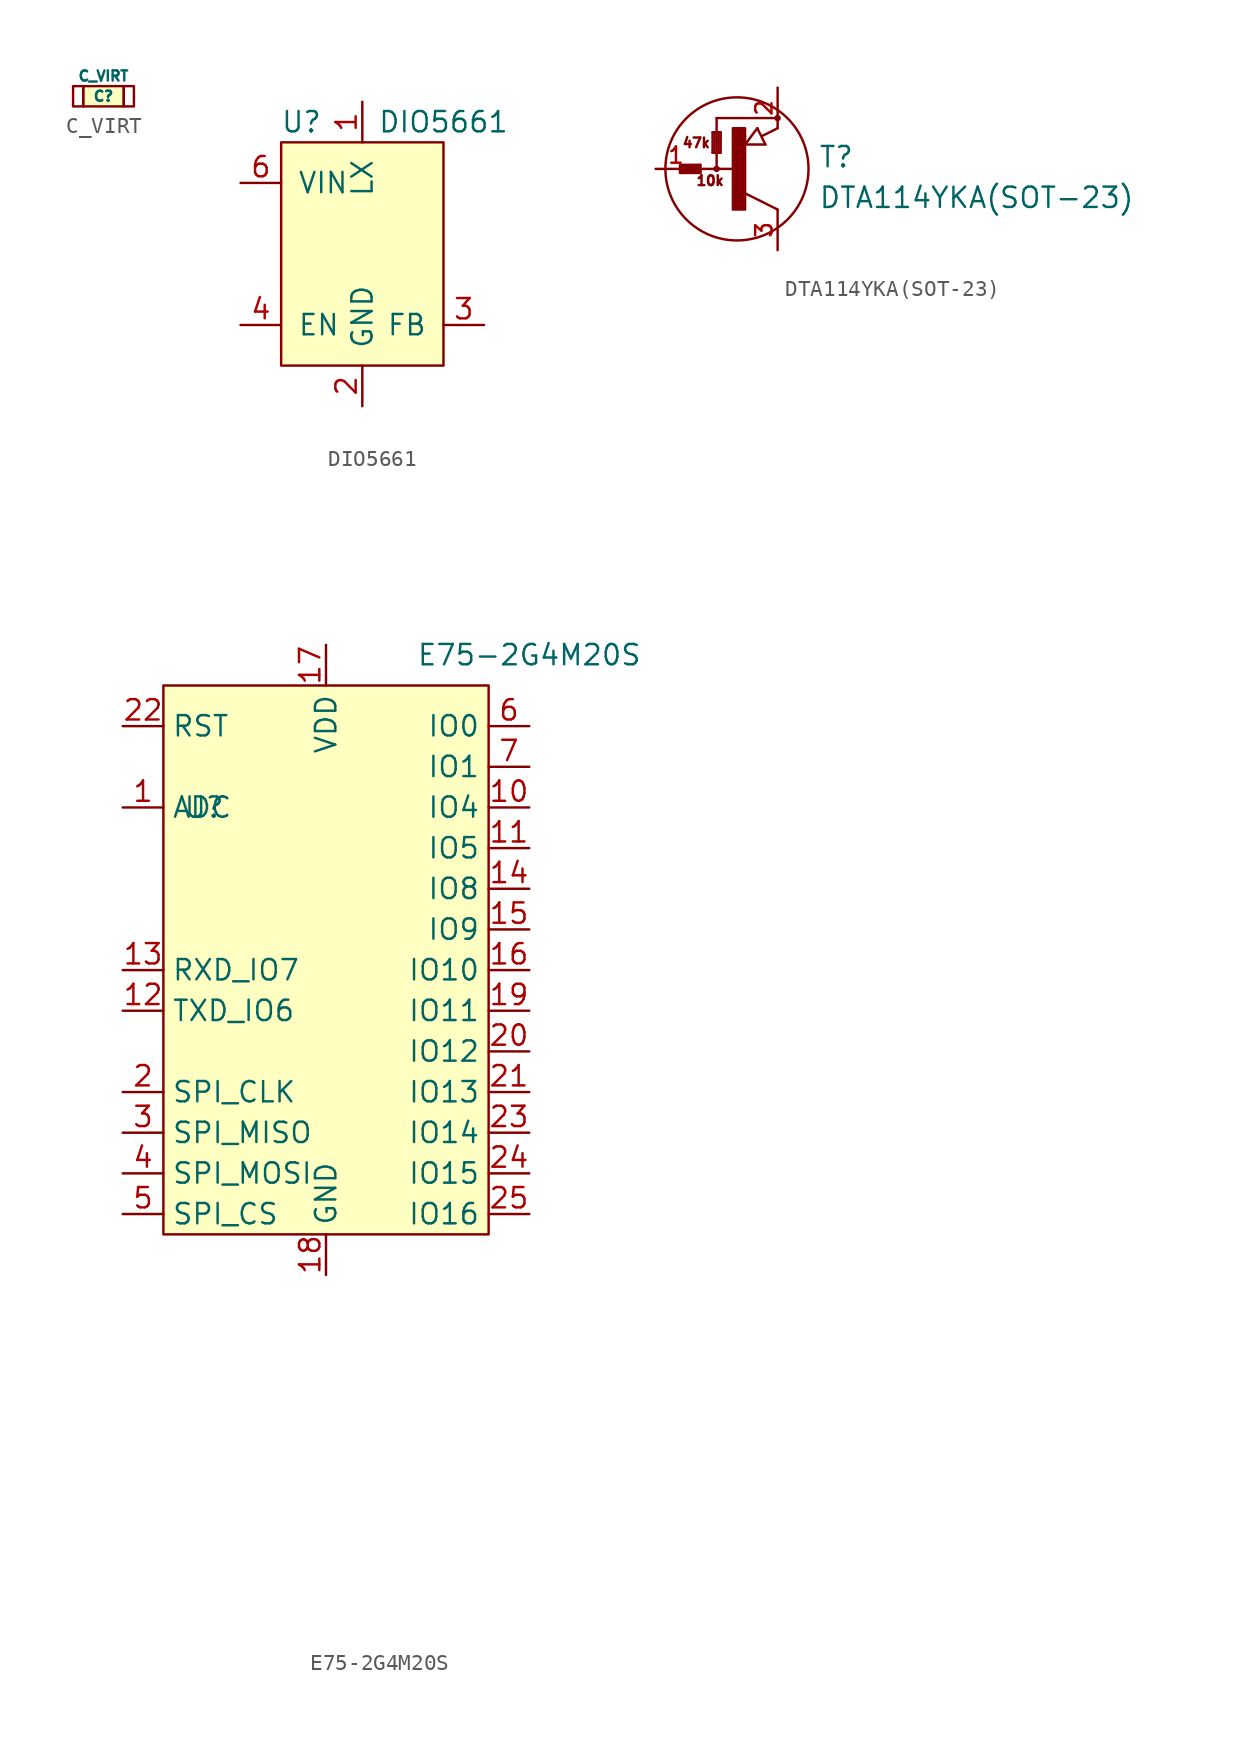
<source format=kicad_sym>
(kicad_symbol_lib
  (version 20211014)
  (generator kicad_symbol_editor)
  (symbol "C_VIRT"
    (pin_names
      (offset 1.016))
    (property "Reference" "C"
      (at 0 0 0)
      (effects (font (size 0.635 0.635))))
    (property "Value" "C_VIRT"
      (at 0 1.27 0)
      (effects (font (size 0.635 0.635))))
    (symbol "C_VIRT_0_1"
      (rectangle (start -1.27 0.635) (end -1.905 -0.635) (stroke (width 0) (type default) (color 0 0 0 0)) (fill (type none)))
      (rectangle (start -1.27 0.635) (end 1.27 -0.635) (stroke (width 0) (type default) (color 0 0 0 0)) (fill (type background)))
      (rectangle (start 1.27 0.635) (end 1.905 -0.635) (stroke (width 0) (type default) (color 0 0 0 0)) (fill (type none)))))
  (symbol "DIO5661"
    (pin_names
      (offset 1.016))
    (property "Reference" "U"
      (at -3.81 7.62 0)
      (effects (font (size 1.27 1.27))))
    (property "Value" "DIO5661"
      (at 5.08 7.62 0)
      (effects (font (size 1.27 1.27))))
    (symbol "DIO5661_0_1"
      (rectangle (start -5.08 6.35) (end 5.08 -7.62) (stroke (width 0) (type default) (color 0 0 0 0)) (fill (type background))))
    (symbol "DIO5661_1_1"
      (pin input line (at 0 8.89 270) (length 2.54) (name "LX" (effects (font (size 1.27 1.27)))) (number "1" (effects (font (size 1.27 1.27)))))
      (pin input line (at 0 -10.16 90) (length 2.54) (name "GND" (effects (font (size 1.27 1.27)))) (number "2" (effects (font (size 1.27 1.27)))))
      (pin input line (at 7.62 -5.08 180) (length 2.54) (name "FB" (effects (font (size 1.27 1.27)))) (number "3" (effects (font (size 1.27 1.27)))))
      (pin input line (at -7.62 -5.08 0) (length 2.54) (name "EN" (effects (font (size 1.27 1.27)))) (number "4" (effects (font (size 1.27 1.27)))))
      (pin input line (at -3.81 -7.62 270) (length 2.54) hide (name "NC" (effects (font (size 1.27 1.27)))) (number "5" (effects (font (size 1.27 1.27)))))
      (pin input line (at -7.62 3.81 0) (length 2.54) (name "VIN" (effects (font (size 1.27 1.27)))) (number "6" (effects (font (size 1.27 1.27)))))))
  (symbol "DTA114YKA(SOT-23)"
    (pin_names
      (offset 0) hide)
    (property "Reference" "T"
      (at 5.08 0 0)
      (effects (font (size 1.27 1.27)) (justify left bottom)))
    (property "Value" "DTA114YKA(SOT-23)"
      (at 5.08 -2.54 0)
      (effects (font (size 1.27 1.27)) (justify left bottom)))
    (property "Datasheet" ""
      (at 0 0 0)
      (effects (font (size 1.524 1.524))))
    (symbol "DTA114YKA(SOT-23)_1_0"
      (polyline (pts (xy -3.556 -0.254) (xy -3.556 -0.127)) (stroke (width 0) (type default) (color 0 0 0 0)) (fill (type none)))
      (polyline (pts (xy -3.556 -0.254) (xy -2.286 -0.254)) (stroke (width 0) (type default) (color 0 0 0 0)) (fill (type none)))
      (polyline (pts (xy -3.556 -0.127) (xy -3.556 0)) (stroke (width 0) (type default) (color 0 0 0 0)) (fill (type none)))
      (polyline (pts (xy -3.556 -0.127) (xy -2.286 -0.127)) (stroke (width 0) (type default) (color 0 0 0 0)) (fill (type none)))
      (polyline (pts (xy -3.556 0) (xy -3.556 0.127)) (stroke (width 0) (type default) (color 0 0 0 0)) (fill (type none)))
      (polyline (pts (xy -3.556 0.127) (xy -3.556 0.254)) (stroke (width 0) (type default) (color 0 0 0 0)) (fill (type none)))
      (polyline (pts (xy -3.556 0.127) (xy -2.286 0.127)) (stroke (width 0) (type default) (color 0 0 0 0)) (fill (type none)))
      (polyline (pts (xy -3.556 0.254) (xy -2.286 0.254)) (stroke (width 0) (type default) (color 0 0 0 0)) (fill (type none)))
      (polyline (pts (xy -2.286 -0.254) (xy -2.286 -0.127)) (stroke (width 0) (type default) (color 0 0 0 0)) (fill (type none)))
      (polyline (pts (xy -2.286 -0.127) (xy -2.286 0)) (stroke (width 0) (type default) (color 0 0 0 0)) (fill (type none)))
      (polyline (pts (xy -2.286 0) (xy -3.556 0)) (stroke (width 0) (type default) (color 0 0 0 0)) (fill (type none)))
      (polyline (pts (xy -2.286 0) (xy -2.286 0.254)) (stroke (width 0) (type default) (color 0 0 0 0)) (fill (type none)))
      (polyline (pts (xy -1.524 1.016) (xy -1.397 1.016)) (stroke (width 0) (type default) (color 0 0 0 0)) (fill (type none)))
      (polyline (pts (xy -1.524 2.286) (xy -1.524 1.016)) (stroke (width 0) (type default) (color 0 0 0 0)) (fill (type none)))
      (polyline (pts (xy -1.524 2.286) (xy -1.397 2.286)) (stroke (width 0) (type default) (color 0 0 0 0)) (fill (type none)))
      (polyline (pts (xy -1.397 1.016) (xy -1.143 1.016)) (stroke (width 0) (type default) (color 0 0 0 0)) (fill (type none)))
      (polyline (pts (xy -1.397 2.286) (xy -1.397 1.016)) (stroke (width 0) (type default) (color 0 0 0 0)) (fill (type none)))
      (polyline (pts (xy -1.397 2.286) (xy -1.143 2.286)) (stroke (width 0) (type default) (color 0 0 0 0)) (fill (type none)))
      (polyline (pts (xy -1.27 0) (xy -2.286 0)) (stroke (width 0) (type default) (color 0 0 0 0)) (fill (type none)))
      (polyline (pts (xy -1.27 0) (xy -1.27 3.175)) (stroke (width 0) (type default) (color 0 0 0 0)) (fill (type none)))
      (polyline (pts (xy -1.27 3.175) (xy 2.54 3.175)) (stroke (width 0) (type default) (color 0 0 0 0)) (fill (type none)))
      (polyline (pts (xy -1.143 1.016) (xy -1.016 1.016)) (stroke (width 0) (type default) (color 0 0 0 0)) (fill (type none)))
      (polyline (pts (xy -1.143 2.286) (xy -1.143 1.016)) (stroke (width 0) (type default) (color 0 0 0 0)) (fill (type none)))
      (polyline (pts (xy -1.143 2.286) (xy -1.016 2.286)) (stroke (width 0) (type default) (color 0 0 0 0)) (fill (type none)))
      (polyline (pts (xy -1.016 2.286) (xy -1.016 1.016)) (stroke (width 0) (type default) (color 0 0 0 0)) (fill (type none)))
      (polyline (pts (xy 0 0) (xy -1.27 0)) (stroke (width 0) (type default) (color 0 0 0 0)) (fill (type none)))
      (polyline (pts (xy 0.508 1.524) (xy 1.778 1.524)) (stroke (width 0) (type default) (color 0 0 0 0)) (fill (type none)))
      (polyline (pts (xy 1.27 2.54) (xy 0.508 1.524)) (stroke (width 0) (type default) (color 0 0 0 0)) (fill (type none)))
      (polyline (pts (xy 1.778 1.524) (xy 1.27 2.54)) (stroke (width 0) (type default) (color 0 0 0 0)) (fill (type none)))
      (polyline (pts (xy 2.54 -2.54) (xy 0.508 -1.524)) (stroke (width 0) (type default) (color 0 0 0 0)) (fill (type none)))
      (polyline (pts (xy 2.54 2.54) (xy 1.575 2.057)) (stroke (width 0) (type default) (color 0 0 0 0)) (fill (type none)))
      (text "10k" (at -1.676 -0.737 0) (effects (font (size 0.61 0.61))))
      (text "47k" (at -2.54 1.626 0) (effects (font (size 0.61 0.61)))))
    (symbol "DTA114YKA(SOT-23)_1_1"
      (circle (center -1.27 0) (radius 0.127) (stroke (width 0) (type default) (color 0 0 0 0)) (fill (type outline)))
      (rectangle (start -0.254 -2.54) (end 0.508 2.54) (stroke (width 0) (type default) (color 0 0 0 0)) (fill (type outline)))
      (circle (center 0 0) (radius 4.47) (stroke (width 0) (type default) (color 0 0 0 0)) (fill (type none)))
      (circle (center 2.54 3.175) (radius 0.127) (stroke (width 0) (type default) (color 0 0 0 0)) (fill (type outline)))
      (pin passive line (at -5.08 0 0) (length 2.54) (name "B" (effects (font (size 1.016 1.016)))) (number "1" (effects (font (size 1.016 1.016)))))
      (pin passive line (at 2.54 5.08 270) (length 2.54) (name "E" (effects (font (size 1.016 1.016)))) (number "2" (effects (font (size 1.016 1.016)))))
      (pin passive line (at 2.54 -5.08 90) (length 2.54) (name "C" (effects (font (size 1.016 1.016)))) (number "3" (effects (font (size 1.016 1.016)))))))
  (symbol "E75-2G4M20S"
    (property "Reference" "U"
      (at -7.62 13.97 0)
      (effects (font (size 1.27 1.27))))
    (property "Value" "E75-2G4M20S"
      (at 12.7 23.495 0)
      (effects (font (size 1.27 1.27))))
    (property "Footprint" ""
      (at 0 0 0)
      (effects (font (size 1.524 1.524))))
    (symbol "E75-2G4M20S_0_1"
      (rectangle (start -10.16 21.59) (end 10.16 -12.7) (stroke (width 0) (type default) (color 0 0 0 0)) (fill (type background))))
    (symbol "E75-2G4M20S_1_1"
      (pin input line (at -12.7 13.97 0) (length 2.54) (name "ADC" (effects (font (size 1.27 1.27)))) (number "1" (effects (font (size 1.27 1.27)))))
      (pin bidirectional line (at 12.7 13.97 180) (length 2.54) (name "IO4" (effects (font (size 1.27 1.27)))) (number "10" (effects (font (size 1.27 1.27)))))
      (pin bidirectional line (at 12.7 11.43 180) (length 2.54) (name "IO5" (effects (font (size 1.27 1.27)))) (number "11" (effects (font (size 1.27 1.27)))))
      (pin bidirectional line (at -12.7 1.27 0) (length 2.54) (name "TXD_IO6" (effects (font (size 1.27 1.27)))) (number "12" (effects (font (size 1.27 1.27)))))
      (pin bidirectional line (at -12.7 3.81 0) (length 2.54) (name "RXD_IO7" (effects (font (size 1.27 1.27)))) (number "13" (effects (font (size 1.27 1.27)))))
      (pin bidirectional line (at 12.7 8.89 180) (length 2.54) (name "IO8" (effects (font (size 1.27 1.27)))) (number "14" (effects (font (size 1.27 1.27)))))
      (pin bidirectional line (at 12.7 6.35 180) (length 2.54) (name "IO9" (effects (font (size 1.27 1.27)))) (number "15" (effects (font (size 1.27 1.27)))))
      (pin bidirectional line (at 12.7 3.81 180) (length 2.54) (name "IO10" (effects (font (size 1.27 1.27)))) (number "16" (effects (font (size 1.27 1.27)))))
      (pin power_in line (at 0 24.13 270) (length 2.54) (name "VDD" (effects (font (size 1.27 1.27)))) (number "17" (effects (font (size 1.27 1.27)))))
      (pin power_in line (at 0 -15.24 90) (length 2.54) (name "GND" (effects (font (size 1.27 1.27)))) (number "18" (effects (font (size 1.27 1.27)))))
      (pin bidirectional line (at 12.7 1.27 180) (length 2.54) (name "IO11" (effects (font (size 1.27 1.27)))) (number "19" (effects (font (size 1.27 1.27)))))
      (pin bidirectional line (at -12.7 -3.81 0) (length 2.54) (name "SPI_CLK" (effects (font (size 1.27 1.27)))) (number "2" (effects (font (size 1.27 1.27)))))
      (pin bidirectional line (at 12.7 -1.27 180) (length 2.54) (name "IO12" (effects (font (size 1.27 1.27)))) (number "20" (effects (font (size 1.27 1.27)))))
      (pin bidirectional line (at 12.7 -3.81 180) (length 2.54) (name "IO13" (effects (font (size 1.27 1.27)))) (number "21" (effects (font (size 1.27 1.27)))))
      (pin input line (at -12.7 19.05 0) (length 2.54) (name "RST" (effects (font (size 1.27 1.27)))) (number "22" (effects (font (size 1.27 1.27)))))
      (pin bidirectional line (at 12.7 -6.35 180) (length 2.54) (name "IO14" (effects (font (size 1.27 1.27)))) (number "23" (effects (font (size 1.27 1.27)))))
      (pin bidirectional line (at 12.7 -8.89 180) (length 2.54) (name "IO15" (effects (font (size 1.27 1.27)))) (number "24" (effects (font (size 1.27 1.27)))))
      (pin bidirectional line (at 12.7 -11.43 180) (length 2.54) (name "IO16" (effects (font (size 1.27 1.27)))) (number "25" (effects (font (size 1.27 1.27)))))
      (pin bidirectional line (at -12.7 -6.35 0) (length 2.54) (name "SPI_MISO" (effects (font (size 1.27 1.27)))) (number "3" (effects (font (size 1.27 1.27)))))
      (pin bidirectional line (at -12.7 -8.89 0) (length 2.54) (name "SPI_MOSI" (effects (font (size 1.27 1.27)))) (number "4" (effects (font (size 1.27 1.27)))))
      (pin bidirectional line (at -12.7 -11.43 0) (length 2.54) (name "SPI_CS" (effects (font (size 1.27 1.27)))) (number "5" (effects (font (size 1.27 1.27)))))
      (pin bidirectional line (at 12.7 19.05 180) (length 2.54) (name "IO0" (effects (font (size 1.27 1.27)))) (number "6" (effects (font (size 1.27 1.27)))))
      (pin bidirectional line (at 12.7 16.51 180) (length 2.54) (name "IO1" (effects (font (size 1.27 1.27)))) (number "7" (effects (font (size 1.27 1.27)))))
      (pin bidirectional line (at 9.525 -29.845 180) (length 2.54) hide (name "NC" (effects (font (size 1.27 1.27)))) (number "8" (effects (font (size 1.27 1.27)))))
      (pin bidirectional line (at 9.525 -32.385 180) (length 2.54) hide (name "NC" (effects (font (size 1.27 1.27)))) (number "9" (effects (font (size 1.27 1.27))))))))
</source>
